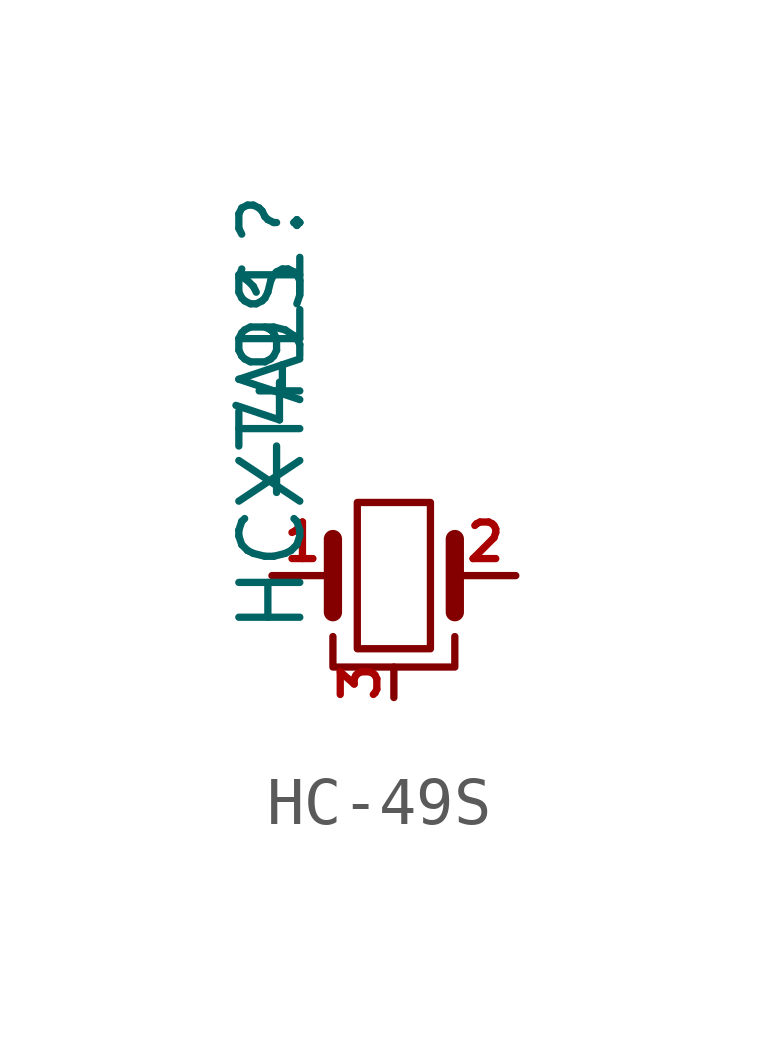
<source format=kicad_sym>
(kicad_symbol_lib
  (version 20211014)
  (generator kicad_symbol_editor)
  (symbol "HC-49S"
    (pin_names
      (offset 1.016) hide)
    (property "Reference" "XTAL1"
      (at -2.54 1.27 90)
      (effects (font (size 1.27 1.27)) (justify left)))
    (property "Value" "HC-49S"
      (at -2.54 -1.27 90)
      (effects (font (size 1.27 1.27)) (justify left)))
    (symbol "HC-49S_0_1"
      (rectangle (start -0.762 -1.524) (end 0.762 1.524) (stroke (width 0) (type default) (color 0 0 0 0)) (fill (type none)))
      (polyline (pts (xy -1.27 -0.762) (xy -1.27 0.762)) (stroke (width 0.381) (type default) (color 0 0 0 0)) (fill (type none)))
      (polyline (pts (xy 1.27 -0.762) (xy 1.27 0.762)) (stroke (width 0.381) (type default) (color 0 0 0 0)) (fill (type none)))
      (polyline (pts (xy -1.27 -1.27) (xy -1.27 -1.905) (xy 1.27 -1.905) (xy 1.27 -1.27)) (stroke (width 0) (type default) (color 0 0 0 0)) (fill (type none))))
    (symbol "HC-49S_1_1"
      (pin passive line (at -2.54 0 0) (length 1.27) (name "1" (effects (font (size 1.27 1.27)))) (number "1" (effects (font (size 0.762 0.762)))))
      (pin passive line (at 2.54 0 180) (length 1.27) (name "2" (effects (font (size 1.27 1.27)))) (number "2" (effects (font (size 0.762 0.762)))))
      (pin passive line (at 0 -2.54 90) (length 0.635) (name "3" (effects (font (size 1.27 1.27)))) (number "3" (effects (font (size 0.762 0.762))))))))
</source>
